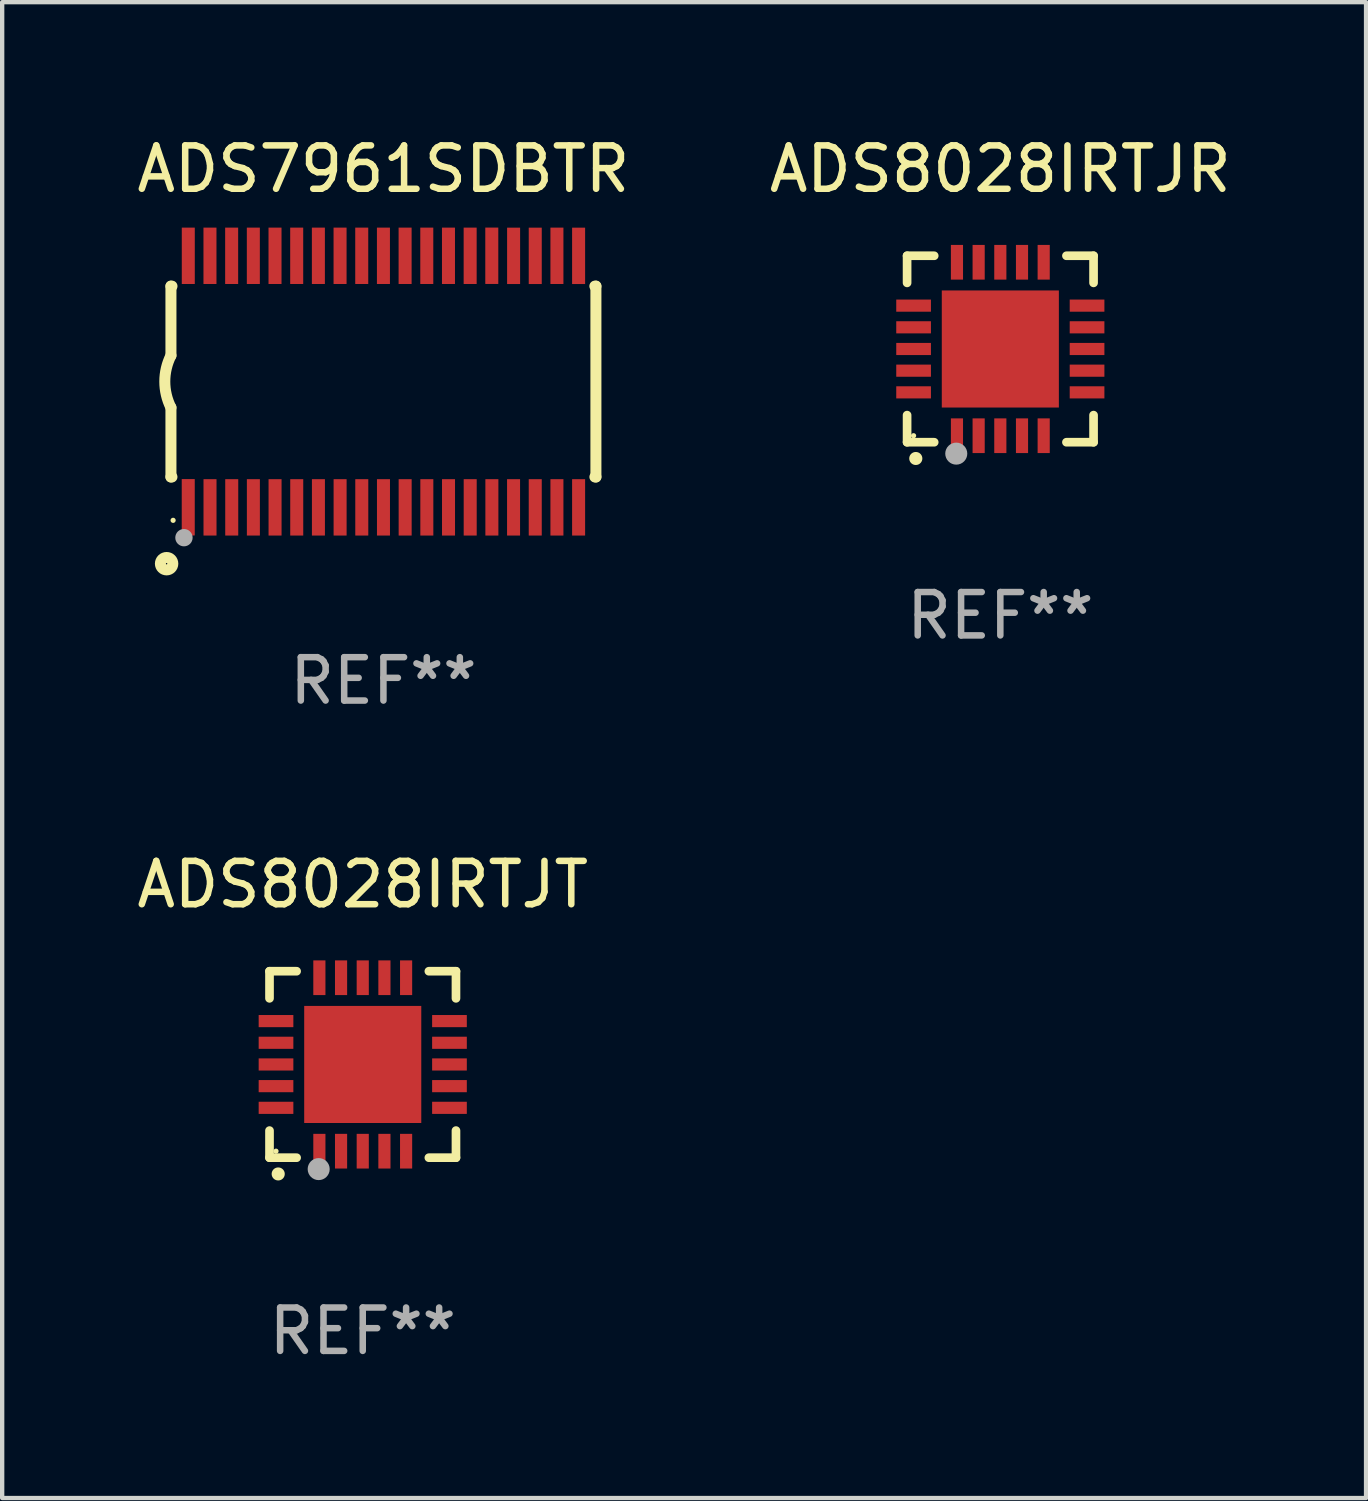
<source format=kicad_pcb>
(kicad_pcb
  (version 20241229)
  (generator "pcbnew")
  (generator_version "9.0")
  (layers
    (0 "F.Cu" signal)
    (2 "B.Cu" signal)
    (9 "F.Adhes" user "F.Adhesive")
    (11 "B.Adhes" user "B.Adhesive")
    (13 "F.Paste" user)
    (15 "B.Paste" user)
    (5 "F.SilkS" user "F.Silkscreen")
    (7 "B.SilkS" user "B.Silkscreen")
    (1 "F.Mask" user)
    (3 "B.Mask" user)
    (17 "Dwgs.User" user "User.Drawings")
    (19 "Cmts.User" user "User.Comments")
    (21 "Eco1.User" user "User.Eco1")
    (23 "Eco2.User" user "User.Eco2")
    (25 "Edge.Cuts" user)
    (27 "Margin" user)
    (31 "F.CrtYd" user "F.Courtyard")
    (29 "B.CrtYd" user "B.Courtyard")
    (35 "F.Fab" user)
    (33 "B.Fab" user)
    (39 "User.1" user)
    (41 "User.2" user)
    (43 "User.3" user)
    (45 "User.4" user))
  (footprint "ADS7961SDBTR"
    (layer "F.Cu")
    (at 5.792 5.749)
    (property "Reference" "ADS7961SDBTR" (at 0 -4.901 0) (layer "F.SilkS") (effects (font (size 1 1) (thickness 0.15))))
    (attr through_hole)
    (fp_line (start -4.9 -2.2) (end -4.9 -0.6) (stroke (width 0.254) (type solid)) (layer "F.SilkS"))
    (fp_line (start -4.9 -2.2) (end -4.876 -2.2) (stroke (width 0.254) (type solid)) (layer "F.SilkS"))
    (fp_line (start -4.9 2.2) (end -4.9 0.6) (stroke (width 0.254) (type solid)) (layer "F.SilkS"))
    (fp_line (start -4.9 2.2) (end -4.877 2.2) (stroke (width 0.254) (type solid)) (layer "F.SilkS"))
    (fp_line (start 4.876 -2.2) (end 4.9 -2.2) (stroke (width 0.254) (type solid)) (layer "F.SilkS"))
    (fp_line (start 4.877 2.2) (end 4.9 2.2) (stroke (width 0.254) (type solid)) (layer "F.SilkS"))
    (fp_line (start 4.9 -2.2) (end 4.9 2.2) (stroke (width 0.254) (type solid)) (layer "F.SilkS"))
    (fp_arc (start -4.900051 0.599822) (mid -5.041652 -0.000095) (end -4.9 -0.6) (stroke (width 0.254001) (type solid)) (layer "F.SilkS"))
    (fp_circle (center -5 4.2) (end -4.857 4.2) (stroke (width 0.254) (type solid)) (fill no) (layer "F.SilkS"))
    (fp_circle (center -4.85 3.2) (end -4.82 3.2) (stroke (width 0.06) (type solid)) (fill no) (layer "F.SilkS"))
    (fp_circle (center -4.6 3.6) (end -4.5 3.6) (stroke (width 0.2) (type solid)) (fill no) (layer "F.Fab"))
    (fp_text user "REF**" (at 0 6.901 0) (layer "F.Fab") (effects (font (size 1 1) (thickness 0.15))))
    (pad "1" smd rect (at -4.501 2.899 90) (size 1.3 0.3) (layers "F.Cu" "F.Mask" "F.Paste"))
    (pad "2" smd rect (at -3.999 2.901 90) (size 1.3 0.3) (layers "F.Cu" "F.Mask" "F.Paste"))
    (pad "3" smd rect (at -3.498 2.901 90) (size 1.3 0.3) (layers "F.Cu" "F.Mask" "F.Paste"))
    (pad "4" smd rect (at -2.999 2.901 90) (size 1.3 0.3) (layers "F.Cu" "F.Mask" "F.Paste"))
    (pad "5" smd rect (at -2.499 2.901 90) (size 1.3 0.3) (layers "F.Cu" "F.Mask" "F.Paste"))
    (pad "6" smd rect (at -1.999 2.901 90) (size 1.3 0.3) (layers "F.Cu" "F.Mask" "F.Paste"))
    (pad "7" smd rect (at -1.499 2.901 90) (size 1.3 0.3) (layers "F.Cu" "F.Mask" "F.Paste"))
    (pad "8" smd rect (at -0.999 2.901 90) (size 1.3 0.3) (layers "F.Cu" "F.Mask" "F.Paste"))
    (pad "9" smd rect (at -0.499 2.901 90) (size 1.3 0.3) (layers "F.Cu" "F.Mask" "F.Paste"))
    (pad "10" smd rect (at 0.001 2.901 90) (size 1.3 0.3) (layers "F.Cu" "F.Mask" "F.Paste"))
    (pad "11" smd rect (at 0.501 2.901 90) (size 1.3 0.3) (layers "F.Cu" "F.Mask" "F.Paste"))
    (pad "12" smd rect (at 1.001 2.901 90) (size 1.3 0.3) (layers "F.Cu" "F.Mask" "F.Paste"))
    (pad "13" smd rect (at 1.501 2.901 90) (size 1.3 0.3) (layers "F.Cu" "F.Mask" "F.Paste"))
    (pad "14" smd rect (at 2.001 2.901 90) (size 1.3 0.3) (layers "F.Cu" "F.Mask" "F.Paste"))
    (pad "15" smd rect (at 2.501 2.901 90) (size 1.3 0.3) (layers "F.Cu" "F.Mask" "F.Paste"))
    (pad "16" smd rect (at 3.001 2.901 90) (size 1.3 0.3) (layers "F.Cu" "F.Mask" "F.Paste"))
    (pad "17" smd rect (at 3.501 2.901 90) (size 1.3 0.3) (layers "F.Cu" "F.Mask" "F.Paste"))
    (pad "18" smd rect (at 4.001 2.901 90) (size 1.3 0.3) (layers "F.Cu" "F.Mask" "F.Paste"))
    (pad "19" smd rect (at 4.501 2.901 90) (size 1.3 0.3) (layers "F.Cu" "F.Mask" "F.Paste"))
    (pad "20" smd rect (at 4.501 -2.899 90) (size 1.3 0.3) (layers "F.Cu" "F.Mask" "F.Paste"))
    (pad "21" smd rect (at 4.001 -2.9 90) (size 1.3 0.3) (layers "F.Cu" "F.Mask" "F.Paste"))
    (pad "22" smd rect (at 3.501 -2.899 90) (size 1.3 0.3) (layers "F.Cu" "F.Mask" "F.Paste"))
    (pad "23" smd rect (at 3.002 -2.899 90) (size 1.3 0.3) (layers "F.Cu" "F.Mask" "F.Paste"))
    (pad "24" smd rect (at 2.499 -2.901 90) (size 1.3 0.3) (layers "F.Cu" "F.Mask" "F.Paste"))
    (pad "25" smd rect (at 2 -2.9 90) (size 1.3 0.3) (layers "F.Cu" "F.Mask" "F.Paste"))
    (pad "26" smd rect (at 1.5 -2.9 90) (size 1.3 0.3) (layers "F.Cu" "F.Mask" "F.Paste"))
    (pad "27" smd rect (at 1 -2.9 90) (size 1.3 0.3) (layers "F.Cu" "F.Mask" "F.Paste"))
    (pad "28" smd rect (at 0.5 -2.9 90) (size 1.3 0.3) (layers "F.Cu" "F.Mask" "F.Paste"))
    (pad "29" smd rect (at 0.000127 -2.9 90) (size 1.3 0.3) (layers "F.Cu" "F.Mask" "F.Paste"))
    (pad "30" smd rect (at -0.5 -2.9 90) (size 1.3 0.3) (layers "F.Cu" "F.Mask" "F.Paste"))
    (pad "31" smd rect (at -1 -2.9 90) (size 1.3 0.3) (layers "F.Cu" "F.Mask" "F.Paste"))
    (pad "32" smd rect (at -1.5 -2.9 90) (size 1.3 0.3) (layers "F.Cu" "F.Mask" "F.Paste"))
    (pad "33" smd rect (at -2 -2.9 90) (size 1.3 0.3) (layers "F.Cu" "F.Mask" "F.Paste"))
    (pad "34" smd rect (at -2.5 -2.9 90) (size 1.3 0.3) (layers "F.Cu" "F.Mask" "F.Paste"))
    (pad "35" smd rect (at -3 -2.9 90) (size 1.3 0.3) (layers "F.Cu" "F.Mask" "F.Paste"))
    (pad "36" smd rect (at -3.5 -2.9 90) (size 1.3 0.3) (layers "F.Cu" "F.Mask" "F.Paste"))
    (pad "37" smd rect (at -4 -2.9 90) (size 1.3 0.3) (layers "F.Cu" "F.Mask" "F.Paste"))
    (pad "38" smd rect (at -4.5 -2.9 90) (size 1.3 0.3) (layers "F.Cu" "F.Mask" "F.Paste")))
  (footprint "ADS8028IRTJR"
    (layer "F.Cu")
    (at 20.018 4.998)
    (property "Reference" "ADS8028IRTJR" (at 0 -4.15 0) (layer "F.SilkS") (effects (font (size 1 1) (thickness 0.15))))
    (attr through_hole)
    (fp_line (start -2.15 -2.15) (end -2.15 -1.525) (stroke (width 0.2) (type solid)) (layer "F.SilkS"))
    (fp_line (start -2.15 2.15) (end -2.15 1.525) (stroke (width 0.2) (type solid)) (layer "F.SilkS"))
    (fp_line (start -1.525 -2.15) (end -2.15 -2.15) (stroke (width 0.2) (type solid)) (layer "F.SilkS"))
    (fp_line (start -1.525 2.15) (end -2.15 2.15) (stroke (width 0.2) (type solid)) (layer "F.SilkS"))
    (fp_line (start 1.525 2.15) (end 2.15 2.15) (stroke (width 0.2) (type solid)) (layer "F.SilkS"))
    (fp_line (start 2.15 -2.15) (end 1.525 -2.15) (stroke (width 0.2) (type solid)) (layer "F.SilkS"))
    (fp_line (start 2.15 -1.525) (end 2.15 -2.15) (stroke (width 0.2) (type solid)) (layer "F.SilkS"))
    (fp_line (start 2.15 2.15) (end 2.15 1.525) (stroke (width 0.2) (type solid)) (layer "F.SilkS"))
    (fp_arc (start -1.950724 2.524765) (mid -1.949454 2.52476) (end -1.948184 2.524765) (stroke (width 0.3) (type solid)) (layer "F.SilkS"))
    (fp_circle (center -2 2) (end -1.97 2) (stroke (width 0.06) (type solid)) (fill no) (layer "F.SilkS"))
    (fp_circle (center -1.016 2.413) (end -0.889 2.413) (stroke (width 0.254) (type solid)) (fill no) (layer "F.Fab"))
    (fp_text user "REF**" (at 0 6.15 0) (layer "F.Fab") (effects (font (size 1 1) (thickness 0.15))))
    (pad "1" smd rect (at -1 2) (size 0.28 0.8) (layers "F.Cu" "F.Mask" "F.Paste"))
    (pad "2" smd rect (at -0.5 2) (size 0.28 0.8) (layers "F.Cu" "F.Mask" "F.Paste"))
    (pad "3" smd rect (at 0 2) (size 0.28 0.8) (layers "F.Cu" "F.Mask" "F.Paste"))
    (pad "4" smd rect (at 0.5 2) (size 0.28 0.8) (layers "F.Cu" "F.Mask" "F.Paste"))
    (pad "5" smd rect (at 1 2) (size 0.28 0.8) (layers "F.Cu" "F.Mask" "F.Paste"))
    (pad "6" smd rect (at 2 1) (size 0.8 0.28) (layers "F.Cu" "F.Mask" "F.Paste"))
    (pad "7" smd rect (at 2 0.5) (size 0.8 0.28) (layers "F.Cu" "F.Mask" "F.Paste"))
    (pad "8" smd rect (at 2 0) (size 0.8 0.28) (layers "F.Cu" "F.Mask" "F.Paste"))
    (pad "9" smd rect (at 2 -0.5) (size 0.8 0.28) (layers "F.Cu" "F.Mask" "F.Paste"))
    (pad "10" smd rect (at 2 -1) (size 0.8 0.28) (layers "F.Cu" "F.Mask" "F.Paste"))
    (pad "11" smd rect (at 1 -2) (size 0.28 0.8) (layers "F.Cu" "F.Mask" "F.Paste"))
    (pad "12" smd rect (at 0.5 -2) (size 0.28 0.8) (layers "F.Cu" "F.Mask" "F.Paste"))
    (pad "13" smd rect (at 0 -2) (size 0.28 0.8) (layers "F.Cu" "F.Mask" "F.Paste"))
    (pad "14" smd rect (at -0.5 -2) (size 0.28 0.8) (layers "F.Cu" "F.Mask" "F.Paste"))
    (pad "15" smd rect (at -1 -2) (size 0.28 0.8) (layers "F.Cu" "F.Mask" "F.Paste"))
    (pad "16" smd rect (at -2 -1) (size 0.8 0.28) (layers "F.Cu" "F.Mask" "F.Paste"))
    (pad "17" smd rect (at -2 -0.5) (size 0.8 0.28) (layers "F.Cu" "F.Mask" "F.Paste"))
    (pad "18" smd rect (at -2 0) (size 0.8 0.28) (layers "F.Cu" "F.Mask" "F.Paste"))
    (pad "19" smd rect (at -2 0.5) (size 0.8 0.28) (layers "F.Cu" "F.Mask" "F.Paste"))
    (pad "20" smd rect (at -2 1) (size 0.8 0.28) (layers "F.Cu" "F.Mask" "F.Paste"))
    (pad "21" smd rect (at 0 0) (size 2.7 2.7) (layers "F.Cu" "F.Mask" "F.Paste")))
  (footprint "ADS8028IRTJT"
    (layer "F.Cu")
    (at 5.315 21.497)
    (property "Reference" "ADS8028IRTJT" (at 0 -4.15 0) (layer "F.SilkS") (effects (font (size 1 1) (thickness 0.15))))
    (attr through_hole)
    (fp_line (start -2.15 -2.15) (end -2.15 -1.525) (stroke (width 0.2) (type solid)) (layer "F.SilkS"))
    (fp_line (start -2.15 2.15) (end -2.15 1.525) (stroke (width 0.2) (type solid)) (layer "F.SilkS"))
    (fp_line (start -1.525 -2.15) (end -2.15 -2.15) (stroke (width 0.2) (type solid)) (layer "F.SilkS"))
    (fp_line (start -1.525 2.15) (end -2.15 2.15) (stroke (width 0.2) (type solid)) (layer "F.SilkS"))
    (fp_line (start 1.525 2.15) (end 2.15 2.15) (stroke (width 0.2) (type solid)) (layer "F.SilkS"))
    (fp_line (start 2.15 -2.15) (end 1.525 -2.15) (stroke (width 0.2) (type solid)) (layer "F.SilkS"))
    (fp_line (start 2.15 -1.525) (end 2.15 -2.15) (stroke (width 0.2) (type solid)) (layer "F.SilkS"))
    (fp_line (start 2.15 2.15) (end 2.15 1.525) (stroke (width 0.2) (type solid)) (layer "F.SilkS"))
    (fp_arc (start -1.950724 2.524765) (mid -1.949454 2.52476) (end -1.948184 2.524765) (stroke (width 0.3) (type solid)) (layer "F.SilkS"))
    (fp_circle (center -2 2) (end -1.97 2) (stroke (width 0.06) (type solid)) (fill no) (layer "F.SilkS"))
    (fp_circle (center -1.016 2.413) (end -0.889 2.413) (stroke (width 0.254) (type solid)) (fill no) (layer "F.Fab"))
    (fp_text user "REF**" (at 0 6.15 0) (layer "F.Fab") (effects (font (size 1 1) (thickness 0.15))))
    (pad "1" smd rect (at -1 2) (size 0.28 0.8) (layers "F.Cu" "F.Mask" "F.Paste"))
    (pad "2" smd rect (at -0.5 2) (size 0.28 0.8) (layers "F.Cu" "F.Mask" "F.Paste"))
    (pad "3" smd rect (at 0 2) (size 0.28 0.8) (layers "F.Cu" "F.Mask" "F.Paste"))
    (pad "4" smd rect (at 0.5 2) (size 0.28 0.8) (layers "F.Cu" "F.Mask" "F.Paste"))
    (pad "5" smd rect (at 1 2) (size 0.28 0.8) (layers "F.Cu" "F.Mask" "F.Paste"))
    (pad "6" smd rect (at 2 1) (size 0.8 0.28) (layers "F.Cu" "F.Mask" "F.Paste"))
    (pad "7" smd rect (at 2 0.5) (size 0.8 0.28) (layers "F.Cu" "F.Mask" "F.Paste"))
    (pad "8" smd rect (at 2 0) (size 0.8 0.28) (layers "F.Cu" "F.Mask" "F.Paste"))
    (pad "9" smd rect (at 2 -0.5) (size 0.8 0.28) (layers "F.Cu" "F.Mask" "F.Paste"))
    (pad "10" smd rect (at 2 -1) (size 0.8 0.28) (layers "F.Cu" "F.Mask" "F.Paste"))
    (pad "11" smd rect (at 1 -2) (size 0.28 0.8) (layers "F.Cu" "F.Mask" "F.Paste"))
    (pad "12" smd rect (at 0.5 -2) (size 0.28 0.8) (layers "F.Cu" "F.Mask" "F.Paste"))
    (pad "13" smd rect (at 0 -2) (size 0.28 0.8) (layers "F.Cu" "F.Mask" "F.Paste"))
    (pad "14" smd rect (at -0.5 -2) (size 0.28 0.8) (layers "F.Cu" "F.Mask" "F.Paste"))
    (pad "15" smd rect (at -1 -2) (size 0.28 0.8) (layers "F.Cu" "F.Mask" "F.Paste"))
    (pad "16" smd rect (at -2 -1) (size 0.8 0.28) (layers "F.Cu" "F.Mask" "F.Paste"))
    (pad "17" smd rect (at -2 -0.5) (size 0.8 0.28) (layers "F.Cu" "F.Mask" "F.Paste"))
    (pad "18" smd rect (at -2 0) (size 0.8 0.28) (layers "F.Cu" "F.Mask" "F.Paste"))
    (pad "19" smd rect (at -2 0.5) (size 0.8 0.28) (layers "F.Cu" "F.Mask" "F.Paste"))
    (pad "20" smd rect (at -2 1) (size 0.8 0.28) (layers "F.Cu" "F.Mask" "F.Paste"))
    (pad "21" smd rect (at 0 0) (size 2.7 2.7) (layers "F.Cu" "F.Mask" "F.Paste")))
  (gr_rect
    (start -3 -3)
    (end 28.452 31.495)
    (stroke (width 0.1) (type default))
    (fill no)
    (layer "Edge.Cuts")))
</source>
